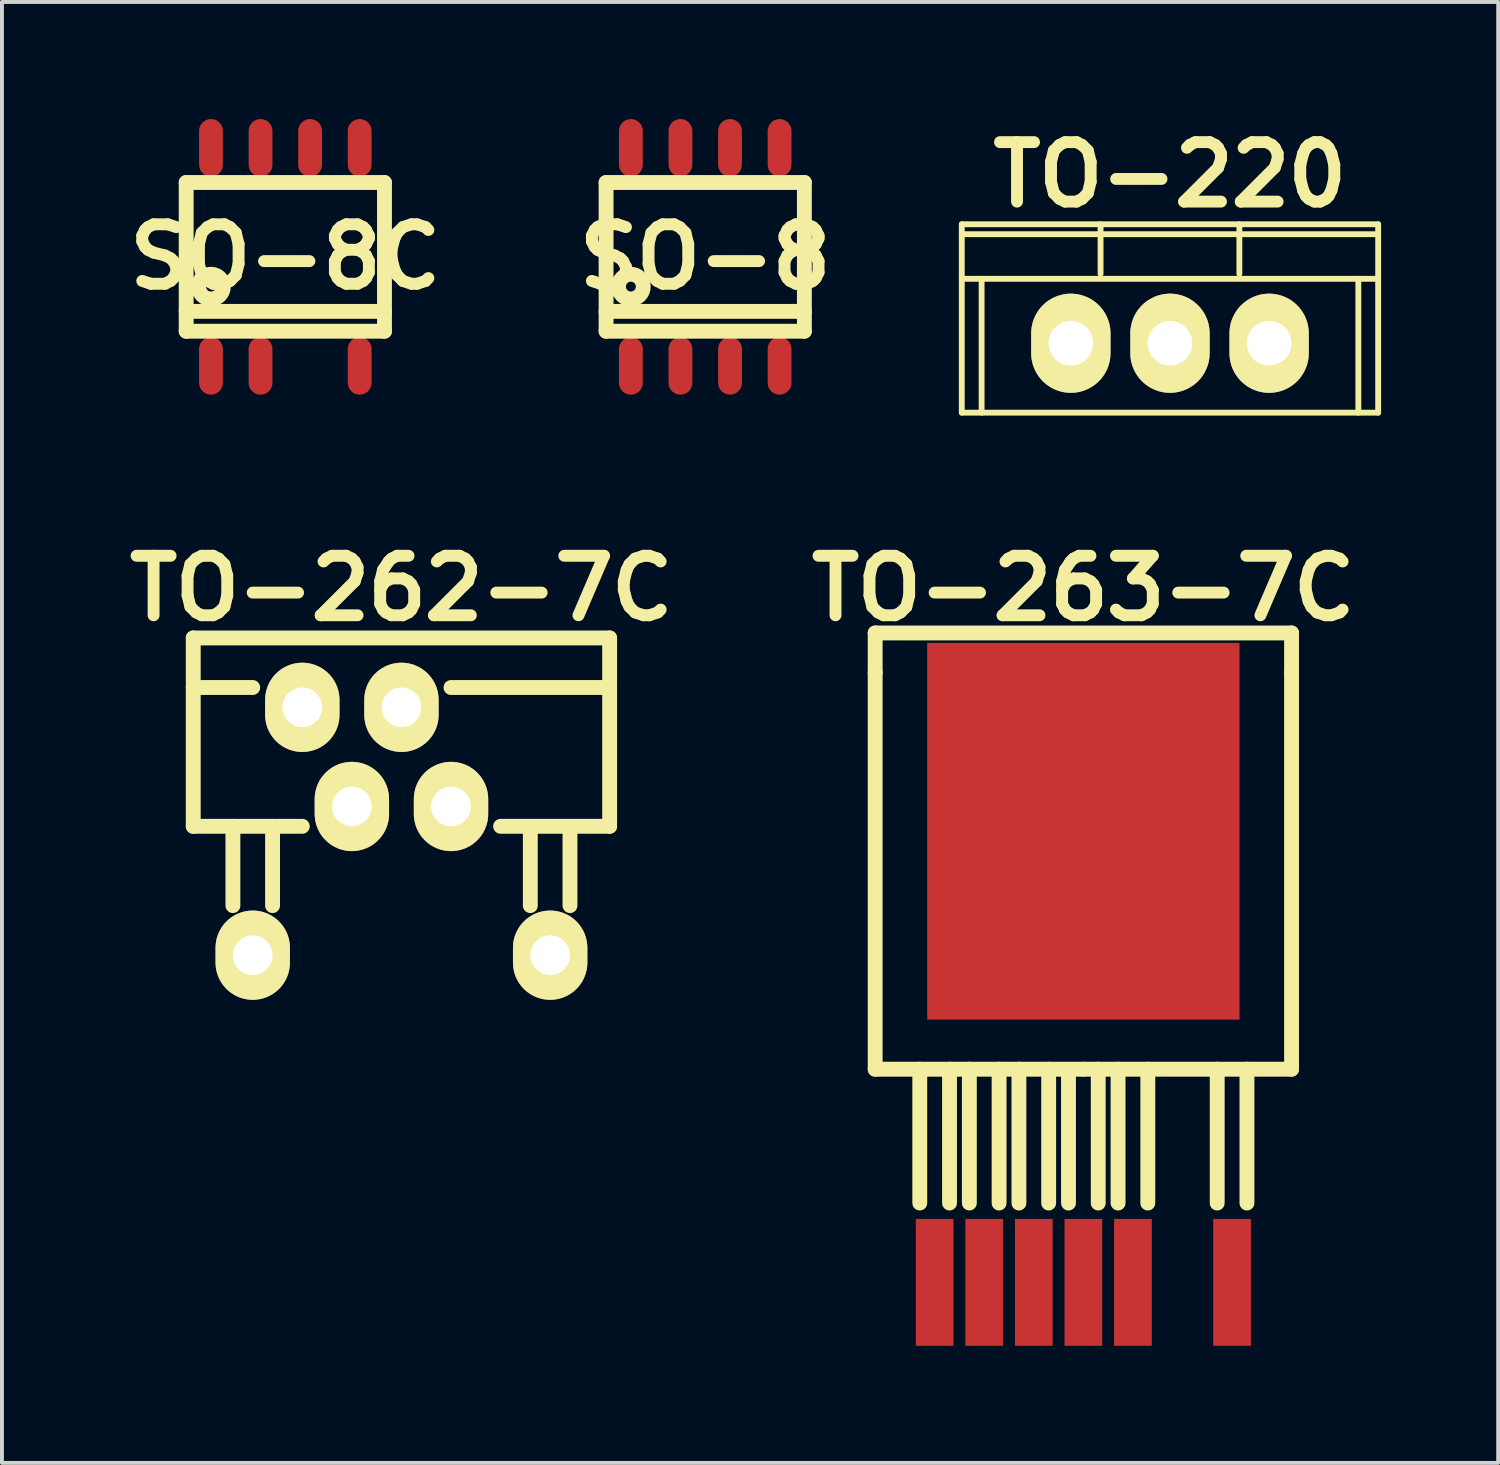
<source format=kicad_pcb>
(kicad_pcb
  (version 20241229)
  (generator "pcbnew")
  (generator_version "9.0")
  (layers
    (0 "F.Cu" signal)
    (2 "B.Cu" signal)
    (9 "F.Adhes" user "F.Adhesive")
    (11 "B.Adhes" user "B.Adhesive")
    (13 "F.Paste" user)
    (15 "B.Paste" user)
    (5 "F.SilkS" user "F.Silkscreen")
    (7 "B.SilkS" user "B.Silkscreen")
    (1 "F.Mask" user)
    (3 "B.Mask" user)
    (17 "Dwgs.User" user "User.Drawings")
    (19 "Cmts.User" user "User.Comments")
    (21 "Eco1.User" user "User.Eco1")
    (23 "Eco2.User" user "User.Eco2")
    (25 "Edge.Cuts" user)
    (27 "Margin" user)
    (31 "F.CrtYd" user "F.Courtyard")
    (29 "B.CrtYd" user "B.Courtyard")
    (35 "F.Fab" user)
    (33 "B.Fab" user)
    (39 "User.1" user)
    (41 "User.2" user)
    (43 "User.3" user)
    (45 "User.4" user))
  (footprint "TO-263-7C"
    (layer "F.Cu")
    (at 24.706 29.804)
    (property "Reference" "TO-263-7C" (at 0 -17.78 0) (layer "F.SilkS") (effects (font (size 1.524 1.524) (thickness 0.305))))
    (attr through_hole)
    (fp_line (start -5.334 -16.637) (end -5.334 -15.621) (stroke (width 0.381) (type solid)) (layer "F.SilkS"))
    (fp_line (start -5.334 -16.637) (end 5.334 -16.637) (stroke (width 0.381) (type solid)) (layer "F.SilkS"))
    (fp_line (start -5.334 -5.461) (end -5.334 -15.621) (stroke (width 0.381) (type solid)) (layer "F.SilkS"))
    (fp_line (start -4.191 -2.032) (end -4.191 -5.461) (stroke (width 0.381) (type solid)) (layer "F.SilkS"))
    (fp_line (start -3.429 -2.032) (end -3.429 -5.461) (stroke (width 0.381) (type solid)) (layer "F.SilkS"))
    (fp_line (start -2.921 -2.032) (end -2.921 -5.461) (stroke (width 0.381) (type solid)) (layer "F.SilkS"))
    (fp_line (start -2.159 -2.032) (end -2.159 -5.461) (stroke (width 0.381) (type solid)) (layer "F.SilkS"))
    (fp_line (start -1.651 -2.032) (end -1.651 -5.461) (stroke (width 0.381) (type solid)) (layer "F.SilkS"))
    (fp_line (start -0.889 -2.032) (end -0.889 -5.461) (stroke (width 0.381) (type solid)) (layer "F.SilkS"))
    (fp_line (start -0.381 -2.032) (end -0.381 -5.334) (stroke (width 0.381) (type solid)) (layer "F.SilkS"))
    (fp_line (start 0 -5.461) (end -5.334 -5.461) (stroke (width 0.381) (type solid)) (layer "F.SilkS"))
    (fp_line (start 0 -5.461) (end 5.334 -5.461) (stroke (width 0.381) (type solid)) (layer "F.SilkS"))
    (fp_line (start 0.381 -2.032) (end 0.381 -5.461) (stroke (width 0.381) (type solid)) (layer "F.SilkS"))
    (fp_line (start 0.889 -2.032) (end 0.889 -5.461) (stroke (width 0.381) (type solid)) (layer "F.SilkS"))
    (fp_line (start 1.651 -2.032) (end 1.651 -5.461) (stroke (width 0.381) (type solid)) (layer "F.SilkS"))
    (fp_line (start 3.429 -2.032) (end 3.429 -5.461) (stroke (width 0.381) (type solid)) (layer "F.SilkS"))
    (fp_line (start 4.191 -2.032) (end 4.191 -5.461) (stroke (width 0.381) (type solid)) (layer "F.SilkS"))
    (fp_line (start 5.334 -16.637) (end 5.334 -15.621) (stroke (width 0.381) (type solid)) (layer "F.SilkS"))
    (fp_line (start 5.334 -5.461) (end 5.334 -15.621) (stroke (width 0.381) (type solid)) (layer "F.SilkS"))
    (pad "1" smd rect (at -3.81 0) (size 0.965 3.251) (layers "F.Cu" "F.Mask" "F.Paste"))
    (pad "2" smd rect (at -2.54 0) (size 0.965 3.251) (layers "F.Cu" "F.Mask" "F.Paste"))
    (pad "3" smd rect (at -1.27 0) (size 0.965 3.251) (layers "F.Cu" "F.Mask" "F.Paste"))
    (pad "4" smd rect (at 0 0) (size 0.965 3.251) (layers "F.Cu" "F.Mask" "F.Paste"))
    (pad "5" smd rect (at 1.27 0) (size 0.965 3.251) (layers "F.Cu" "F.Mask" "F.Paste"))
    (pad "7" smd rect (at 3.81 0) (size 0.965 3.251) (layers "F.Cu" "F.Mask" "F.Paste"))
    (pad "8" smd rect (at 0 -11.557) (size 8.001 9.652) (layers "F.Cu" "F.Mask" "F.Paste")))
  (footprint "TO-220"
    (layer "F.Cu")
    (at 26.925 5.744)
    (property "Reference" "TO-220" (at 0 -4.318 0) (layer "F.SilkS") (effects (font (size 1.524 1.524) (thickness 0.305))))
    (attr through_hole)
    (fp_line (start -5.334 -3.048) (end -5.334 1.778) (stroke (width 0.15) (type solid)) (layer "F.SilkS"))
    (fp_line (start -5.334 -1.651) (end 5.334 -1.651) (stroke (width 0.15) (type solid)) (layer "F.SilkS"))
    (fp_line (start -4.826 -1.651) (end -4.826 1.778) (stroke (width 0.15) (type solid)) (layer "F.SilkS"))
    (fp_line (start -1.778 -1.778) (end -1.778 -3.048) (stroke (width 0.15) (type solid)) (layer "F.SilkS"))
    (fp_line (start 1.778 -1.778) (end 1.778 -3.048) (stroke (width 0.15) (type solid)) (layer "F.SilkS"))
    (fp_line (start 4.826 -1.651) (end 4.826 1.778) (stroke (width 0.15) (type solid)) (layer "F.SilkS"))
    (fp_line (start 5.334 -3.048) (end -5.334 -3.048) (stroke (width 0.15) (type solid)) (layer "F.SilkS"))
    (fp_line (start 5.334 -3.048) (end 5.334 1.778) (stroke (width 0.15) (type solid)) (layer "F.SilkS"))
    (fp_line (start 5.334 -2.794) (end -5.334 -2.794) (stroke (width 0.15) (type solid)) (layer "F.SilkS"))
    (fp_line (start 5.334 1.778) (end -5.334 1.778) (stroke (width 0.15) (type solid)) (layer "F.SilkS"))
    (pad "1" thru_hole oval (at -2.54 0) (size 2.032 2.54) (drill 1.143) (layers "*.Cu" "*.Mask" "F.SilkS"))
    (pad "2" thru_hole oval (at 0 0) (size 2.032 2.54) (drill 1.143) (layers "*.Cu" "*.Mask" "F.SilkS"))
    (pad "3" thru_hole oval (at 2.54 0) (size 2.032 2.54) (drill 1.143) (layers "*.Cu" "*.Mask" "F.SilkS")))
  (footprint "SO-8C"
    (layer "F.Cu")
    (at 4.26 3.531)
    (property "Reference" "SO-8C" (at 0 0 0) (layer "F.SilkS") (effects (font (size 1.524 1.524) (thickness 0.305))))
    (attr through_hole)
    (fp_line (start -2.54 -1.905) (end 2.54 -1.905) (stroke (width 0.381) (type solid)) (layer "F.SilkS"))
    (fp_line (start -2.54 1.397) (end 2.54 1.397) (stroke (width 0.381) (type solid)) (layer "F.SilkS"))
    (fp_line (start -2.54 1.905) (end -2.54 -1.905) (stroke (width 0.381) (type solid)) (layer "F.SilkS"))
    (fp_line (start -2.54 1.905) (end 2.54 1.905) (stroke (width 0.381) (type solid)) (layer "F.SilkS"))
    (fp_line (start 2.54 1.905) (end 2.54 -1.905) (stroke (width 0.381) (type solid)) (layer "F.SilkS"))
    (fp_circle (center -1.905 0.762) (end -1.778 0.762) (stroke (width 0.381) (type solid)) (fill no) (layer "F.SilkS"))
    (pad "1" smd oval (at -1.905 2.794) (size 0.61 1.473) (layers "F.Cu" "F.Mask" "F.Paste"))
    (pad "2" smd oval (at -0.635 2.794) (size 0.61 1.473) (layers "F.Cu" "F.Mask" "F.Paste"))
    (pad "4" smd oval (at 1.905 2.794) (size 0.61 1.473) (layers "F.Cu" "F.Mask" "F.Paste"))
    (pad "5" smd oval (at 1.905 -2.794) (size 0.61 1.473) (layers "F.Cu" "F.Mask" "F.Paste"))
    (pad "6" smd oval (at 0.635 -2.794) (size 0.61 1.473) (layers "F.Cu" "F.Mask" "F.Paste"))
    (pad "7" smd oval (at -0.635 -2.794) (size 0.61 1.473) (layers "F.Cu" "F.Mask" "F.Paste"))
    (pad "8" smd oval (at -1.905 -2.794) (size 0.61 1.473) (layers "F.Cu" "F.Mask" "F.Paste")))
  (footprint "SO-8"
    (layer "F.Cu")
    (at 15.018 3.531)
    (property "Reference" "SO-8" (at 0 0 0) (layer "F.SilkS") (effects (font (size 1.524 1.524) (thickness 0.305))))
    (attr through_hole)
    (fp_line (start -2.54 -1.905) (end 2.54 -1.905) (stroke (width 0.381) (type solid)) (layer "F.SilkS"))
    (fp_line (start -2.54 1.397) (end 2.54 1.397) (stroke (width 0.381) (type solid)) (layer "F.SilkS"))
    (fp_line (start -2.54 1.905) (end -2.54 -1.905) (stroke (width 0.381) (type solid)) (layer "F.SilkS"))
    (fp_line (start -2.54 1.905) (end 2.54 1.905) (stroke (width 0.381) (type solid)) (layer "F.SilkS"))
    (fp_line (start 2.54 1.905) (end 2.54 -1.905) (stroke (width 0.381) (type solid)) (layer "F.SilkS"))
    (fp_circle (center -1.905 0.762) (end -1.778 0.762) (stroke (width 0.381) (type solid)) (fill no) (layer "F.SilkS"))
    (pad "1" smd oval (at -1.905 2.794) (size 0.61 1.473) (layers "F.Cu" "F.Mask" "F.Paste"))
    (pad "2" smd oval (at -0.635 2.794) (size 0.61 1.473) (layers "F.Cu" "F.Mask" "F.Paste"))
    (pad "3" smd oval (at 0.635 2.794) (size 0.61 1.473) (layers "F.Cu" "F.Mask" "F.Paste"))
    (pad "4" smd oval (at 1.905 2.794) (size 0.61 1.473) (layers "F.Cu" "F.Mask" "F.Paste"))
    (pad "5" smd oval (at 1.905 -2.794) (size 0.61 1.473) (layers "F.Cu" "F.Mask" "F.Paste"))
    (pad "6" smd oval (at 0.635 -2.794) (size 0.61 1.473) (layers "F.Cu" "F.Mask" "F.Paste"))
    (pad "7" smd oval (at -0.635 -2.794) (size 0.61 1.473) (layers "F.Cu" "F.Mask" "F.Paste"))
    (pad "8" smd oval (at -1.905 -2.794) (size 0.61 1.473) (layers "F.Cu" "F.Mask" "F.Paste")))
  (footprint "TO-262-7C"
    (layer "F.Cu")
    (at 7.235 16.342)
    (property "Reference" "TO-262-7C" (at 0 -4.318 0) (layer "F.SilkS") (effects (font (size 1.524 1.524) (thickness 0.305))))
    (attr through_hole)
    (fp_line (start -5.334 -3.048) (end -5.334 1.778) (stroke (width 0.381) (type solid)) (layer "F.SilkS"))
    (fp_line (start -5.334 -1.778) (end -3.81 -1.778) (stroke (width 0.381) (type solid)) (layer "F.SilkS"))
    (fp_line (start -5.334 1.778) (end -2.54 1.778) (stroke (width 0.381) (type solid)) (layer "F.SilkS"))
    (fp_line (start -4.318 3.81) (end -4.318 1.778) (stroke (width 0.381) (type solid)) (layer "F.SilkS"))
    (fp_line (start -3.302 3.81) (end -3.302 1.778) (stroke (width 0.381) (type solid)) (layer "F.SilkS"))
    (fp_line (start 3.302 3.81) (end 3.302 1.778) (stroke (width 0.381) (type solid)) (layer "F.SilkS"))
    (fp_line (start 4.318 3.81) (end 4.318 1.778) (stroke (width 0.381) (type solid)) (layer "F.SilkS"))
    (fp_line (start 5.334 -3.048) (end -5.334 -3.048) (stroke (width 0.381) (type solid)) (layer "F.SilkS"))
    (fp_line (start 5.334 -3.048) (end 5.334 1.778) (stroke (width 0.381) (type solid)) (layer "F.SilkS"))
    (fp_line (start 5.334 -1.778) (end 1.27 -1.778) (stroke (width 0.381) (type solid)) (layer "F.SilkS"))
    (fp_line (start 5.334 1.778) (end 2.54 1.778) (stroke (width 0.381) (type solid)) (layer "F.SilkS"))
    (pad "1" thru_hole oval (at -3.81 5.08) (size 1.905 2.286) (drill 1.016) (layers "*.Cu" "*.Mask" "F.SilkS"))
    (pad "2" thru_hole oval (at -2.54 -1.27) (size 1.905 2.286) (drill 1.016) (layers "*.Cu" "*.Mask" "F.SilkS"))
    (pad "3" thru_hole oval (at -1.27 1.27) (size 1.905 2.286) (drill 1.016) (layers "*.Cu" "*.Mask" "F.SilkS"))
    (pad "4" thru_hole oval (at 0 -1.27) (size 1.905 2.286) (drill 1.016) (layers "*.Cu" "*.Mask" "F.SilkS"))
    (pad "5" thru_hole oval (at 1.27 1.27) (size 1.905 2.286) (drill 1.016) (layers "*.Cu" "*.Mask" "F.SilkS"))
    (pad "7" thru_hole oval (at 3.81 5.08) (size 1.905 2.286) (drill 1.016) (layers "*.Cu" "*.Mask" "F.SilkS")))
  (gr_rect
    (start -3 -3)
    (end 35.334 34.43)
    (stroke (width 0.1) (type default))
    (fill no)
    (layer "Edge.Cuts")))
</source>
